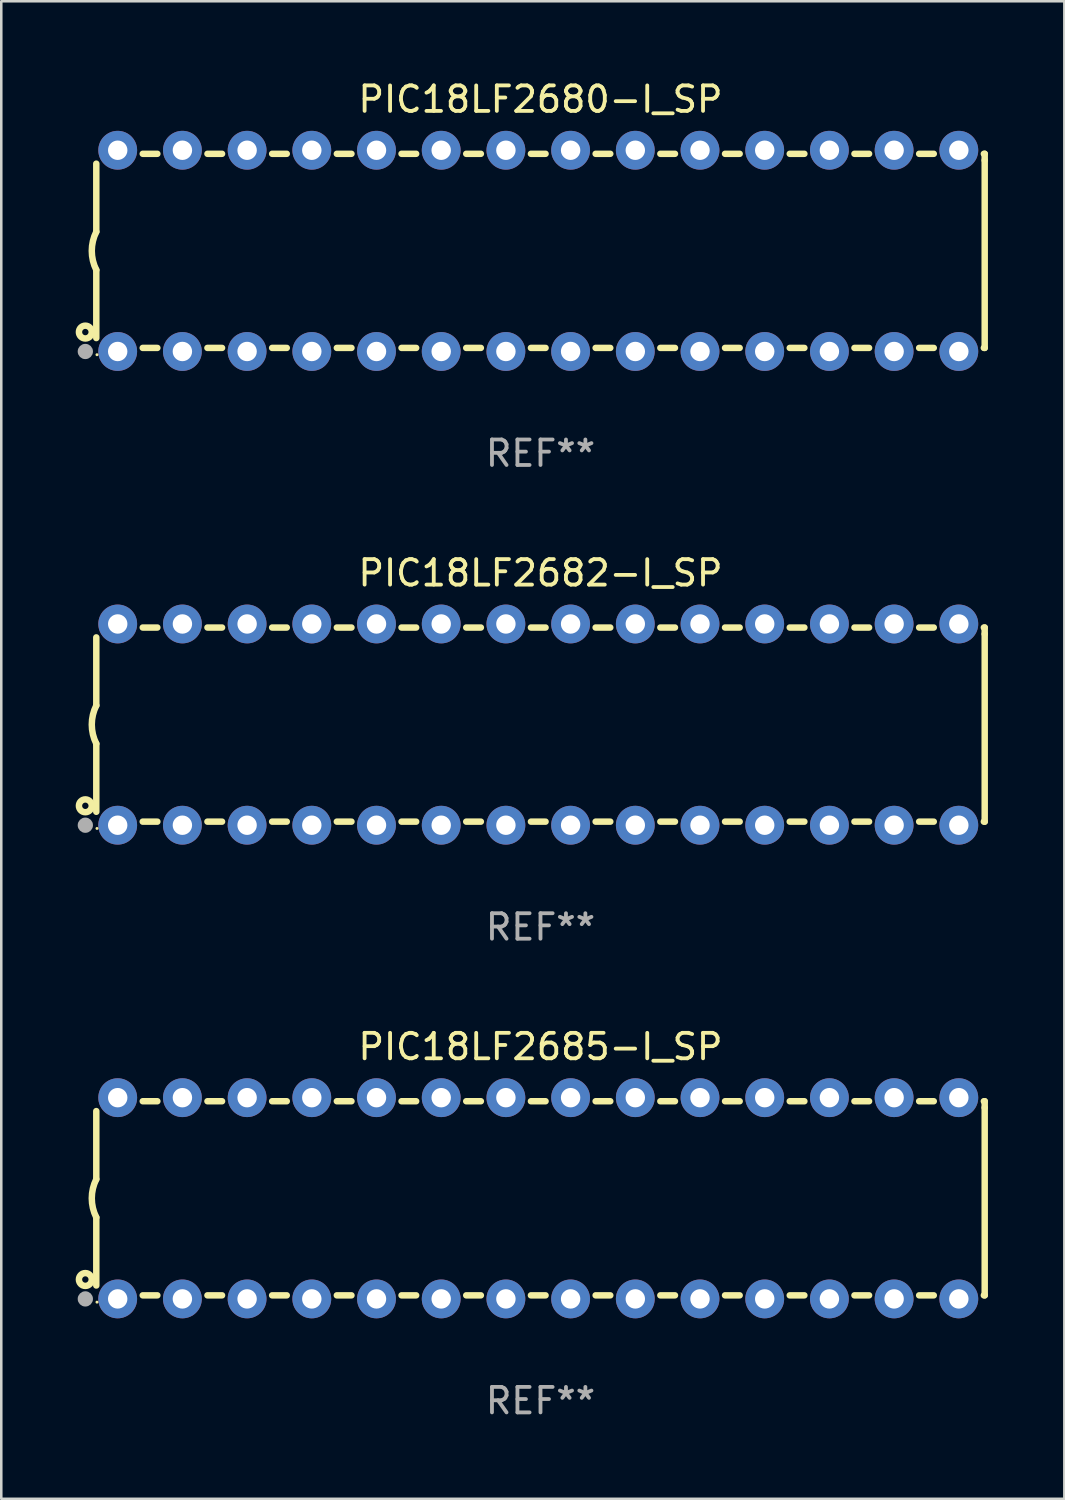
<source format=kicad_pcb>
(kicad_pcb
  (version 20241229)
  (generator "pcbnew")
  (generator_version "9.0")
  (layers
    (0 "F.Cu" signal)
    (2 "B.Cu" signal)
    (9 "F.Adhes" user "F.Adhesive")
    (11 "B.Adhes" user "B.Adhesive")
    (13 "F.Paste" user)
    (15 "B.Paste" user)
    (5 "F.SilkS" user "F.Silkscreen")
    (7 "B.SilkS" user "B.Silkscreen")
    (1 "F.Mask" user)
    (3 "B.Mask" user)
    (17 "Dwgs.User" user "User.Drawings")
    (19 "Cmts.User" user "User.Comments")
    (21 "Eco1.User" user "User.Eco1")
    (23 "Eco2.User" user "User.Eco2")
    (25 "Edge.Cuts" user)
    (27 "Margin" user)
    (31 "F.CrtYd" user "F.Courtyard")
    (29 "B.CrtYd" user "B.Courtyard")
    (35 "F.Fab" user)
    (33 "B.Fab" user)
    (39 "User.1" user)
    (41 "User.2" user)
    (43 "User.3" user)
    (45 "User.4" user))
  (footprint "PIC18LF2680-I_SP"
    (layer "F.Cu")
    (at 18.168 6.798)
    (property "Reference" "PIC18LF2680-I_SP" (at 0 -5.95 0) (layer "F.SilkS") (effects (font (size 1 1) (thickness 0.15))))
    (attr through_hole)
    (fp_line (start -17.438 0.75) (end -17.438 3.423) (stroke (width 0.254) (type solid)) (layer "F.SilkS"))
    (fp_line (start -17.438 -3.423) (end -17.438 -0.75) (stroke (width 0.254) (type solid)) (layer "F.SilkS"))
    (fp_line (start -15.615 3.81) (end -15.041 3.81) (stroke (width 0.254) (type solid)) (layer "F.SilkS"))
    (fp_line (start -15.041 -3.81) (end -15.614 -3.81) (stroke (width 0.254) (type solid)) (layer "F.SilkS"))
    (fp_line (start -13.075 3.81) (end -12.501 3.81) (stroke (width 0.254) (type solid)) (layer "F.SilkS"))
    (fp_line (start -12.501 -3.81) (end -13.074 -3.81) (stroke (width 0.254) (type solid)) (layer "F.SilkS"))
    (fp_line (start -10.535 3.81) (end -9.961 3.81) (stroke (width 0.254) (type solid)) (layer "F.SilkS"))
    (fp_line (start -9.961 -3.81) (end -10.534 -3.81) (stroke (width 0.254) (type solid)) (layer "F.SilkS"))
    (fp_line (start -7.995 3.81) (end -7.421 3.81) (stroke (width 0.254) (type solid)) (layer "F.SilkS"))
    (fp_line (start -7.421 -3.81) (end -7.995 -3.81) (stroke (width 0.254) (type solid)) (layer "F.SilkS"))
    (fp_line (start -5.455 3.81) (end -4.881 3.81) (stroke (width 0.254) (type solid)) (layer "F.SilkS"))
    (fp_line (start -4.881 -3.81) (end -5.455 -3.81) (stroke (width 0.254) (type solid)) (layer "F.SilkS"))
    (fp_line (start -2.915 3.81) (end -2.341 3.81) (stroke (width 0.254) (type solid)) (layer "F.SilkS"))
    (fp_line (start -2.341 -3.81) (end -2.915 -3.81) (stroke (width 0.254) (type solid)) (layer "F.SilkS"))
    (fp_line (start -0.375 3.81) (end 0.199 3.81) (stroke (width 0.254) (type solid)) (layer "F.SilkS"))
    (fp_line (start 0.199 -3.81) (end -0.375 -3.81) (stroke (width 0.254) (type solid)) (layer "F.SilkS"))
    (fp_line (start 2.165 3.81) (end 2.739 3.81) (stroke (width 0.254) (type solid)) (layer "F.SilkS"))
    (fp_line (start 2.739 -3.81) (end 2.165 -3.81) (stroke (width 0.254) (type solid)) (layer "F.SilkS"))
    (fp_line (start 4.705 3.81) (end 5.279 3.81) (stroke (width 0.254) (type solid)) (layer "F.SilkS"))
    (fp_line (start 5.279 -3.81) (end 4.705 -3.81) (stroke (width 0.254) (type solid)) (layer "F.SilkS"))
    (fp_line (start 7.245 3.81) (end 7.819 3.81) (stroke (width 0.254) (type solid)) (layer "F.SilkS"))
    (fp_line (start 7.819 -3.81) (end 7.245 -3.81) (stroke (width 0.254) (type solid)) (layer "F.SilkS"))
    (fp_line (start 9.785 3.81) (end 10.359 3.81) (stroke (width 0.254) (type solid)) (layer "F.SilkS"))
    (fp_line (start 10.359 -3.81) (end 9.785 -3.81) (stroke (width 0.254) (type solid)) (layer "F.SilkS"))
    (fp_line (start 12.325 3.81) (end 12.899 3.81) (stroke (width 0.254) (type solid)) (layer "F.SilkS"))
    (fp_line (start 12.899 -3.81) (end 12.325 -3.81) (stroke (width 0.254) (type solid)) (layer "F.SilkS"))
    (fp_line (start 14.865 3.81) (end 15.439 3.81) (stroke (width 0.254) (type solid)) (layer "F.SilkS"))
    (fp_line (start 15.439 -3.81) (end 14.865 -3.81) (stroke (width 0.254) (type solid)) (layer "F.SilkS"))
    (fp_line (start 17.405 3.81) (end 17.438 3.81) (stroke (width 0.254) (type solid)) (layer "F.SilkS"))
    (fp_line (start 17.438 -3.81) (end 17.405 -3.81) (stroke (width 0.254) (type solid)) (layer "F.SilkS"))
    (fp_line (start 17.438 -3.556) (end 17.438 -3.81) (stroke (width 0.254) (type solid)) (layer "F.SilkS"))
    (fp_line (start 17.438 3.81) (end 17.438 -3.556) (stroke (width 0.254) (type solid)) (layer "F.SilkS"))
    (fp_arc (start -17.437986 0.749657) (mid -17.614887 -0.000024) (end -17.437783 -0.749657) (stroke (width 0.254001) (type solid)) (layer "F.SilkS"))
    (fp_circle (center -17.868 3.188) (end -17.743 3.188) (stroke (width 0.254) (type solid)) (fill no) (layer "F.SilkS"))
    (fp_circle (center -17.411 4.077) (end -17.381 4.077) (stroke (width 0.06) (type solid)) (fill no) (layer "F.SilkS"))
    (fp_circle (center -17.868 3.95) (end -17.718 3.95) (stroke (width 0.3) (type solid)) (fill no) (layer "F.Fab"))
    (fp_text user "REF**" (at 0 7.95 0) (layer "F.Fab") (effects (font (size 1 1) (thickness 0.15))))
    (pad "1" thru_hole circle (at -16.598 3.95) (size 1.524 1.524) (drill 0.762) (layers "*.Cu" "*.Mask"))
    (pad "2" thru_hole circle (at -14.058 3.95) (size 1.524 1.524) (drill 0.762) (layers "*.Cu" "*.Mask"))
    (pad "3" thru_hole circle (at -11.518 3.95) (size 1.524 1.524) (drill 0.762) (layers "*.Cu" "*.Mask"))
    (pad "4" thru_hole circle (at -8.978 3.95) (size 1.524 1.524) (drill 0.762) (layers "*.Cu" "*.Mask"))
    (pad "5" thru_hole circle (at -6.438 3.95) (size 1.524 1.524) (drill 0.762) (layers "*.Cu" "*.Mask"))
    (pad "6" thru_hole circle (at -3.898 3.95) (size 1.524 1.524) (drill 0.762) (layers "*.Cu" "*.Mask"))
    (pad "7" thru_hole circle (at -1.358 3.95) (size 1.524 1.524) (drill 0.762) (layers "*.Cu" "*.Mask"))
    (pad "8" thru_hole circle (at 1.182 3.95) (size 1.524 1.524) (drill 0.762) (layers "*.Cu" "*.Mask"))
    (pad "9" thru_hole circle (at 3.722 3.95) (size 1.524 1.524) (drill 0.762) (layers "*.Cu" "*.Mask"))
    (pad "10" thru_hole circle (at 6.262 3.95) (size 1.524 1.524) (drill 0.762) (layers "*.Cu" "*.Mask"))
    (pad "11" thru_hole circle (at 8.802 3.95) (size 1.524 1.524) (drill 0.762) (layers "*.Cu" "*.Mask"))
    (pad "12" thru_hole circle (at 11.342 3.95) (size 1.524 1.524) (drill 0.762) (layers "*.Cu" "*.Mask"))
    (pad "13" thru_hole circle (at 13.882 3.95) (size 1.524 1.524) (drill 0.762) (layers "*.Cu" "*.Mask"))
    (pad "14" thru_hole circle (at 16.422 3.95) (size 1.524 1.524) (drill 0.762) (layers "*.Cu" "*.Mask"))
    (pad "15" thru_hole circle (at 16.422 -3.95) (size 1.524 1.524) (drill 0.762) (layers "*.Cu" "*.Mask"))
    (pad "16" thru_hole circle (at 13.882 -3.95) (size 1.524 1.524) (drill 0.762) (layers "*.Cu" "*.Mask"))
    (pad "17" thru_hole circle (at 11.342 -3.95) (size 1.524 1.524) (drill 0.762) (layers "*.Cu" "*.Mask"))
    (pad "18" thru_hole circle (at 8.802 -3.95) (size 1.524 1.524) (drill 0.762) (layers "*.Cu" "*.Mask"))
    (pad "19" thru_hole circle (at 6.262 -3.95) (size 1.524 1.524) (drill 0.762) (layers "*.Cu" "*.Mask"))
    (pad "20" thru_hole circle (at 3.722 -3.95) (size 1.524 1.524) (drill 0.762) (layers "*.Cu" "*.Mask"))
    (pad "21" thru_hole circle (at 1.182 -3.95) (size 1.524 1.524) (drill 0.762) (layers "*.Cu" "*.Mask"))
    (pad "22" thru_hole circle (at -1.358 -3.95) (size 1.524 1.524) (drill 0.762) (layers "*.Cu" "*.Mask"))
    (pad "23" thru_hole circle (at -3.898 -3.95) (size 1.524 1.524) (drill 0.762) (layers "*.Cu" "*.Mask"))
    (pad "24" thru_hole circle (at -6.438 -3.95) (size 1.524 1.524) (drill 0.762) (layers "*.Cu" "*.Mask"))
    (pad "25" thru_hole circle (at -8.978 -3.95) (size 1.524 1.524) (drill 0.762) (layers "*.Cu" "*.Mask"))
    (pad "26" thru_hole circle (at -11.517 -3.95) (size 1.524 1.524) (drill 0.762) (layers "*.Cu" "*.Mask"))
    (pad "27" thru_hole circle (at -14.057 -3.95) (size 1.524 1.524) (drill 0.762) (layers "*.Cu" "*.Mask"))
    (pad "28" thru_hole circle (at -16.597 -3.95) (size 1.524 1.524) (drill 0.762) (layers "*.Cu" "*.Mask")))
  (footprint "PIC18LF2685-I_SP"
    (layer "F.Cu")
    (at 18.168 43.991)
    (property "Reference" "PIC18LF2685-I_SP" (at 0 -5.95 0) (layer "F.SilkS") (effects (font (size 1 1) (thickness 0.15))))
    (attr through_hole)
    (fp_line (start -17.438 0.75) (end -17.438 3.423) (stroke (width 0.254) (type solid)) (layer "F.SilkS"))
    (fp_line (start -17.438 -3.423) (end -17.438 -0.75) (stroke (width 0.254) (type solid)) (layer "F.SilkS"))
    (fp_line (start -15.615 3.81) (end -15.041 3.81) (stroke (width 0.254) (type solid)) (layer "F.SilkS"))
    (fp_line (start -15.041 -3.81) (end -15.614 -3.81) (stroke (width 0.254) (type solid)) (layer "F.SilkS"))
    (fp_line (start -13.075 3.81) (end -12.501 3.81) (stroke (width 0.254) (type solid)) (layer "F.SilkS"))
    (fp_line (start -12.501 -3.81) (end -13.074 -3.81) (stroke (width 0.254) (type solid)) (layer "F.SilkS"))
    (fp_line (start -10.535 3.81) (end -9.961 3.81) (stroke (width 0.254) (type solid)) (layer "F.SilkS"))
    (fp_line (start -9.961 -3.81) (end -10.534 -3.81) (stroke (width 0.254) (type solid)) (layer "F.SilkS"))
    (fp_line (start -7.995 3.81) (end -7.421 3.81) (stroke (width 0.254) (type solid)) (layer "F.SilkS"))
    (fp_line (start -7.421 -3.81) (end -7.995 -3.81) (stroke (width 0.254) (type solid)) (layer "F.SilkS"))
    (fp_line (start -5.455 3.81) (end -4.881 3.81) (stroke (width 0.254) (type solid)) (layer "F.SilkS"))
    (fp_line (start -4.881 -3.81) (end -5.455 -3.81) (stroke (width 0.254) (type solid)) (layer "F.SilkS"))
    (fp_line (start -2.915 3.81) (end -2.341 3.81) (stroke (width 0.254) (type solid)) (layer "F.SilkS"))
    (fp_line (start -2.341 -3.81) (end -2.915 -3.81) (stroke (width 0.254) (type solid)) (layer "F.SilkS"))
    (fp_line (start -0.375 3.81) (end 0.199 3.81) (stroke (width 0.254) (type solid)) (layer "F.SilkS"))
    (fp_line (start 0.199 -3.81) (end -0.375 -3.81) (stroke (width 0.254) (type solid)) (layer "F.SilkS"))
    (fp_line (start 2.165 3.81) (end 2.739 3.81) (stroke (width 0.254) (type solid)) (layer "F.SilkS"))
    (fp_line (start 2.739 -3.81) (end 2.165 -3.81) (stroke (width 0.254) (type solid)) (layer "F.SilkS"))
    (fp_line (start 4.705 3.81) (end 5.279 3.81) (stroke (width 0.254) (type solid)) (layer "F.SilkS"))
    (fp_line (start 5.279 -3.81) (end 4.705 -3.81) (stroke (width 0.254) (type solid)) (layer "F.SilkS"))
    (fp_line (start 7.245 3.81) (end 7.819 3.81) (stroke (width 0.254) (type solid)) (layer "F.SilkS"))
    (fp_line (start 7.819 -3.81) (end 7.245 -3.81) (stroke (width 0.254) (type solid)) (layer "F.SilkS"))
    (fp_line (start 9.785 3.81) (end 10.359 3.81) (stroke (width 0.254) (type solid)) (layer "F.SilkS"))
    (fp_line (start 10.359 -3.81) (end 9.785 -3.81) (stroke (width 0.254) (type solid)) (layer "F.SilkS"))
    (fp_line (start 12.325 3.81) (end 12.899 3.81) (stroke (width 0.254) (type solid)) (layer "F.SilkS"))
    (fp_line (start 12.899 -3.81) (end 12.325 -3.81) (stroke (width 0.254) (type solid)) (layer "F.SilkS"))
    (fp_line (start 14.865 3.81) (end 15.439 3.81) (stroke (width 0.254) (type solid)) (layer "F.SilkS"))
    (fp_line (start 15.439 -3.81) (end 14.865 -3.81) (stroke (width 0.254) (type solid)) (layer "F.SilkS"))
    (fp_line (start 17.405 3.81) (end 17.438 3.81) (stroke (width 0.254) (type solid)) (layer "F.SilkS"))
    (fp_line (start 17.438 -3.81) (end 17.405 -3.81) (stroke (width 0.254) (type solid)) (layer "F.SilkS"))
    (fp_line (start 17.438 -3.556) (end 17.438 -3.81) (stroke (width 0.254) (type solid)) (layer "F.SilkS"))
    (fp_line (start 17.438 3.81) (end 17.438 -3.556) (stroke (width 0.254) (type solid)) (layer "F.SilkS"))
    (fp_arc (start -17.437986 0.749657) (mid -17.614887 -0.000024) (end -17.437783 -0.749657) (stroke (width 0.254001) (type solid)) (layer "F.SilkS"))
    (fp_circle (center -17.868 3.188) (end -17.743 3.188) (stroke (width 0.254) (type solid)) (fill no) (layer "F.SilkS"))
    (fp_circle (center -17.411 4.077) (end -17.381 4.077) (stroke (width 0.06) (type solid)) (fill no) (layer "F.SilkS"))
    (fp_circle (center -17.868 3.95) (end -17.718 3.95) (stroke (width 0.3) (type solid)) (fill no) (layer "F.Fab"))
    (fp_text user "REF**" (at 0 7.95 0) (layer "F.Fab") (effects (font (size 1 1) (thickness 0.15))))
    (pad "1" thru_hole circle (at -16.598 3.95) (size 1.524 1.524) (drill 0.762) (layers "*.Cu" "*.Mask"))
    (pad "2" thru_hole circle (at -14.058 3.95) (size 1.524 1.524) (drill 0.762) (layers "*.Cu" "*.Mask"))
    (pad "3" thru_hole circle (at -11.518 3.95) (size 1.524 1.524) (drill 0.762) (layers "*.Cu" "*.Mask"))
    (pad "4" thru_hole circle (at -8.978 3.95) (size 1.524 1.524) (drill 0.762) (layers "*.Cu" "*.Mask"))
    (pad "5" thru_hole circle (at -6.438 3.95) (size 1.524 1.524) (drill 0.762) (layers "*.Cu" "*.Mask"))
    (pad "6" thru_hole circle (at -3.898 3.95) (size 1.524 1.524) (drill 0.762) (layers "*.Cu" "*.Mask"))
    (pad "7" thru_hole circle (at -1.358 3.95) (size 1.524 1.524) (drill 0.762) (layers "*.Cu" "*.Mask"))
    (pad "8" thru_hole circle (at 1.182 3.95) (size 1.524 1.524) (drill 0.762) (layers "*.Cu" "*.Mask"))
    (pad "9" thru_hole circle (at 3.722 3.95) (size 1.524 1.524) (drill 0.762) (layers "*.Cu" "*.Mask"))
    (pad "10" thru_hole circle (at 6.262 3.95) (size 1.524 1.524) (drill 0.762) (layers "*.Cu" "*.Mask"))
    (pad "11" thru_hole circle (at 8.802 3.95) (size 1.524 1.524) (drill 0.762) (layers "*.Cu" "*.Mask"))
    (pad "12" thru_hole circle (at 11.342 3.95) (size 1.524 1.524) (drill 0.762) (layers "*.Cu" "*.Mask"))
    (pad "13" thru_hole circle (at 13.882 3.95) (size 1.524 1.524) (drill 0.762) (layers "*.Cu" "*.Mask"))
    (pad "14" thru_hole circle (at 16.422 3.95) (size 1.524 1.524) (drill 0.762) (layers "*.Cu" "*.Mask"))
    (pad "15" thru_hole circle (at 16.422 -3.95) (size 1.524 1.524) (drill 0.762) (layers "*.Cu" "*.Mask"))
    (pad "16" thru_hole circle (at 13.882 -3.95) (size 1.524 1.524) (drill 0.762) (layers "*.Cu" "*.Mask"))
    (pad "17" thru_hole circle (at 11.342 -3.95) (size 1.524 1.524) (drill 0.762) (layers "*.Cu" "*.Mask"))
    (pad "18" thru_hole circle (at 8.802 -3.95) (size 1.524 1.524) (drill 0.762) (layers "*.Cu" "*.Mask"))
    (pad "19" thru_hole circle (at 6.262 -3.95) (size 1.524 1.524) (drill 0.762) (layers "*.Cu" "*.Mask"))
    (pad "20" thru_hole circle (at 3.722 -3.95) (size 1.524 1.524) (drill 0.762) (layers "*.Cu" "*.Mask"))
    (pad "21" thru_hole circle (at 1.182 -3.95) (size 1.524 1.524) (drill 0.762) (layers "*.Cu" "*.Mask"))
    (pad "22" thru_hole circle (at -1.358 -3.95) (size 1.524 1.524) (drill 0.762) (layers "*.Cu" "*.Mask"))
    (pad "23" thru_hole circle (at -3.898 -3.95) (size 1.524 1.524) (drill 0.762) (layers "*.Cu" "*.Mask"))
    (pad "24" thru_hole circle (at -6.438 -3.95) (size 1.524 1.524) (drill 0.762) (layers "*.Cu" "*.Mask"))
    (pad "25" thru_hole circle (at -8.978 -3.95) (size 1.524 1.524) (drill 0.762) (layers "*.Cu" "*.Mask"))
    (pad "26" thru_hole circle (at -11.517 -3.95) (size 1.524 1.524) (drill 0.762) (layers "*.Cu" "*.Mask"))
    (pad "27" thru_hole circle (at -14.057 -3.95) (size 1.524 1.524) (drill 0.762) (layers "*.Cu" "*.Mask"))
    (pad "28" thru_hole circle (at -16.597 -3.95) (size 1.524 1.524) (drill 0.762) (layers "*.Cu" "*.Mask")))
  (footprint "PIC18LF2682-I_SP"
    (layer "F.Cu")
    (at 18.168 25.395)
    (property "Reference" "PIC18LF2682-I_SP" (at 0 -5.95 0) (layer "F.SilkS") (effects (font (size 1 1) (thickness 0.15))))
    (attr through_hole)
    (fp_line (start -17.438 0.75) (end -17.438 3.423) (stroke (width 0.254) (type solid)) (layer "F.SilkS"))
    (fp_line (start -17.438 -3.423) (end -17.438 -0.75) (stroke (width 0.254) (type solid)) (layer "F.SilkS"))
    (fp_line (start -15.615 3.81) (end -15.041 3.81) (stroke (width 0.254) (type solid)) (layer "F.SilkS"))
    (fp_line (start -15.041 -3.81) (end -15.614 -3.81) (stroke (width 0.254) (type solid)) (layer "F.SilkS"))
    (fp_line (start -13.075 3.81) (end -12.501 3.81) (stroke (width 0.254) (type solid)) (layer "F.SilkS"))
    (fp_line (start -12.501 -3.81) (end -13.074 -3.81) (stroke (width 0.254) (type solid)) (layer "F.SilkS"))
    (fp_line (start -10.535 3.81) (end -9.961 3.81) (stroke (width 0.254) (type solid)) (layer "F.SilkS"))
    (fp_line (start -9.961 -3.81) (end -10.534 -3.81) (stroke (width 0.254) (type solid)) (layer "F.SilkS"))
    (fp_line (start -7.995 3.81) (end -7.421 3.81) (stroke (width 0.254) (type solid)) (layer "F.SilkS"))
    (fp_line (start -7.421 -3.81) (end -7.995 -3.81) (stroke (width 0.254) (type solid)) (layer "F.SilkS"))
    (fp_line (start -5.455 3.81) (end -4.881 3.81) (stroke (width 0.254) (type solid)) (layer "F.SilkS"))
    (fp_line (start -4.881 -3.81) (end -5.455 -3.81) (stroke (width 0.254) (type solid)) (layer "F.SilkS"))
    (fp_line (start -2.915 3.81) (end -2.341 3.81) (stroke (width 0.254) (type solid)) (layer "F.SilkS"))
    (fp_line (start -2.341 -3.81) (end -2.915 -3.81) (stroke (width 0.254) (type solid)) (layer "F.SilkS"))
    (fp_line (start -0.375 3.81) (end 0.199 3.81) (stroke (width 0.254) (type solid)) (layer "F.SilkS"))
    (fp_line (start 0.199 -3.81) (end -0.375 -3.81) (stroke (width 0.254) (type solid)) (layer "F.SilkS"))
    (fp_line (start 2.165 3.81) (end 2.739 3.81) (stroke (width 0.254) (type solid)) (layer "F.SilkS"))
    (fp_line (start 2.739 -3.81) (end 2.165 -3.81) (stroke (width 0.254) (type solid)) (layer "F.SilkS"))
    (fp_line (start 4.705 3.81) (end 5.279 3.81) (stroke (width 0.254) (type solid)) (layer "F.SilkS"))
    (fp_line (start 5.279 -3.81) (end 4.705 -3.81) (stroke (width 0.254) (type solid)) (layer "F.SilkS"))
    (fp_line (start 7.245 3.81) (end 7.819 3.81) (stroke (width 0.254) (type solid)) (layer "F.SilkS"))
    (fp_line (start 7.819 -3.81) (end 7.245 -3.81) (stroke (width 0.254) (type solid)) (layer "F.SilkS"))
    (fp_line (start 9.785 3.81) (end 10.359 3.81) (stroke (width 0.254) (type solid)) (layer "F.SilkS"))
    (fp_line (start 10.359 -3.81) (end 9.785 -3.81) (stroke (width 0.254) (type solid)) (layer "F.SilkS"))
    (fp_line (start 12.325 3.81) (end 12.899 3.81) (stroke (width 0.254) (type solid)) (layer "F.SilkS"))
    (fp_line (start 12.899 -3.81) (end 12.325 -3.81) (stroke (width 0.254) (type solid)) (layer "F.SilkS"))
    (fp_line (start 14.865 3.81) (end 15.439 3.81) (stroke (width 0.254) (type solid)) (layer "F.SilkS"))
    (fp_line (start 15.439 -3.81) (end 14.865 -3.81) (stroke (width 0.254) (type solid)) (layer "F.SilkS"))
    (fp_line (start 17.405 3.81) (end 17.438 3.81) (stroke (width 0.254) (type solid)) (layer "F.SilkS"))
    (fp_line (start 17.438 -3.81) (end 17.405 -3.81) (stroke (width 0.254) (type solid)) (layer "F.SilkS"))
    (fp_line (start 17.438 -3.556) (end 17.438 -3.81) (stroke (width 0.254) (type solid)) (layer "F.SilkS"))
    (fp_line (start 17.438 3.81) (end 17.438 -3.556) (stroke (width 0.254) (type solid)) (layer "F.SilkS"))
    (fp_arc (start -17.437986 0.749657) (mid -17.614887 -0.000024) (end -17.437783 -0.749657) (stroke (width 0.254001) (type solid)) (layer "F.SilkS"))
    (fp_circle (center -17.868 3.188) (end -17.743 3.188) (stroke (width 0.254) (type solid)) (fill no) (layer "F.SilkS"))
    (fp_circle (center -17.411 4.077) (end -17.381 4.077) (stroke (width 0.06) (type solid)) (fill no) (layer "F.SilkS"))
    (fp_circle (center -17.868 3.95) (end -17.718 3.95) (stroke (width 0.3) (type solid)) (fill no) (layer "F.Fab"))
    (fp_text user "REF**" (at 0 7.95 0) (layer "F.Fab") (effects (font (size 1 1) (thickness 0.15))))
    (pad "1" thru_hole circle (at -16.598 3.95) (size 1.524 1.524) (drill 0.762) (layers "*.Cu" "*.Mask"))
    (pad "2" thru_hole circle (at -14.058 3.95) (size 1.524 1.524) (drill 0.762) (layers "*.Cu" "*.Mask"))
    (pad "3" thru_hole circle (at -11.518 3.95) (size 1.524 1.524) (drill 0.762) (layers "*.Cu" "*.Mask"))
    (pad "4" thru_hole circle (at -8.978 3.95) (size 1.524 1.524) (drill 0.762) (layers "*.Cu" "*.Mask"))
    (pad "5" thru_hole circle (at -6.438 3.95) (size 1.524 1.524) (drill 0.762) (layers "*.Cu" "*.Mask"))
    (pad "6" thru_hole circle (at -3.898 3.95) (size 1.524 1.524) (drill 0.762) (layers "*.Cu" "*.Mask"))
    (pad "7" thru_hole circle (at -1.358 3.95) (size 1.524 1.524) (drill 0.762) (layers "*.Cu" "*.Mask"))
    (pad "8" thru_hole circle (at 1.182 3.95) (size 1.524 1.524) (drill 0.762) (layers "*.Cu" "*.Mask"))
    (pad "9" thru_hole circle (at 3.722 3.95) (size 1.524 1.524) (drill 0.762) (layers "*.Cu" "*.Mask"))
    (pad "10" thru_hole circle (at 6.262 3.95) (size 1.524 1.524) (drill 0.762) (layers "*.Cu" "*.Mask"))
    (pad "11" thru_hole circle (at 8.802 3.95) (size 1.524 1.524) (drill 0.762) (layers "*.Cu" "*.Mask"))
    (pad "12" thru_hole circle (at 11.342 3.95) (size 1.524 1.524) (drill 0.762) (layers "*.Cu" "*.Mask"))
    (pad "13" thru_hole circle (at 13.882 3.95) (size 1.524 1.524) (drill 0.762) (layers "*.Cu" "*.Mask"))
    (pad "14" thru_hole circle (at 16.422 3.95) (size 1.524 1.524) (drill 0.762) (layers "*.Cu" "*.Mask"))
    (pad "15" thru_hole circle (at 16.422 -3.95) (size 1.524 1.524) (drill 0.762) (layers "*.Cu" "*.Mask"))
    (pad "16" thru_hole circle (at 13.882 -3.95) (size 1.524 1.524) (drill 0.762) (layers "*.Cu" "*.Mask"))
    (pad "17" thru_hole circle (at 11.342 -3.95) (size 1.524 1.524) (drill 0.762) (layers "*.Cu" "*.Mask"))
    (pad "18" thru_hole circle (at 8.802 -3.95) (size 1.524 1.524) (drill 0.762) (layers "*.Cu" "*.Mask"))
    (pad "19" thru_hole circle (at 6.262 -3.95) (size 1.524 1.524) (drill 0.762) (layers "*.Cu" "*.Mask"))
    (pad "20" thru_hole circle (at 3.722 -3.95) (size 1.524 1.524) (drill 0.762) (layers "*.Cu" "*.Mask"))
    (pad "21" thru_hole circle (at 1.182 -3.95) (size 1.524 1.524) (drill 0.762) (layers "*.Cu" "*.Mask"))
    (pad "22" thru_hole circle (at -1.358 -3.95) (size 1.524 1.524) (drill 0.762) (layers "*.Cu" "*.Mask"))
    (pad "23" thru_hole circle (at -3.898 -3.95) (size 1.524 1.524) (drill 0.762) (layers "*.Cu" "*.Mask"))
    (pad "24" thru_hole circle (at -6.438 -3.95) (size 1.524 1.524) (drill 0.762) (layers "*.Cu" "*.Mask"))
    (pad "25" thru_hole circle (at -8.978 -3.95) (size 1.524 1.524) (drill 0.762) (layers "*.Cu" "*.Mask"))
    (pad "26" thru_hole circle (at -11.517 -3.95) (size 1.524 1.524) (drill 0.762) (layers "*.Cu" "*.Mask"))
    (pad "27" thru_hole circle (at -14.057 -3.95) (size 1.524 1.524) (drill 0.762) (layers "*.Cu" "*.Mask"))
    (pad "28" thru_hole circle (at -16.597 -3.95) (size 1.524 1.524) (drill 0.762) (layers "*.Cu" "*.Mask")))
  (gr_rect
    (start -3 -3)
    (end 38.733 55.789)
    (stroke (width 0.1) (type default))
    (fill no)
    (layer "Edge.Cuts")))
</source>
